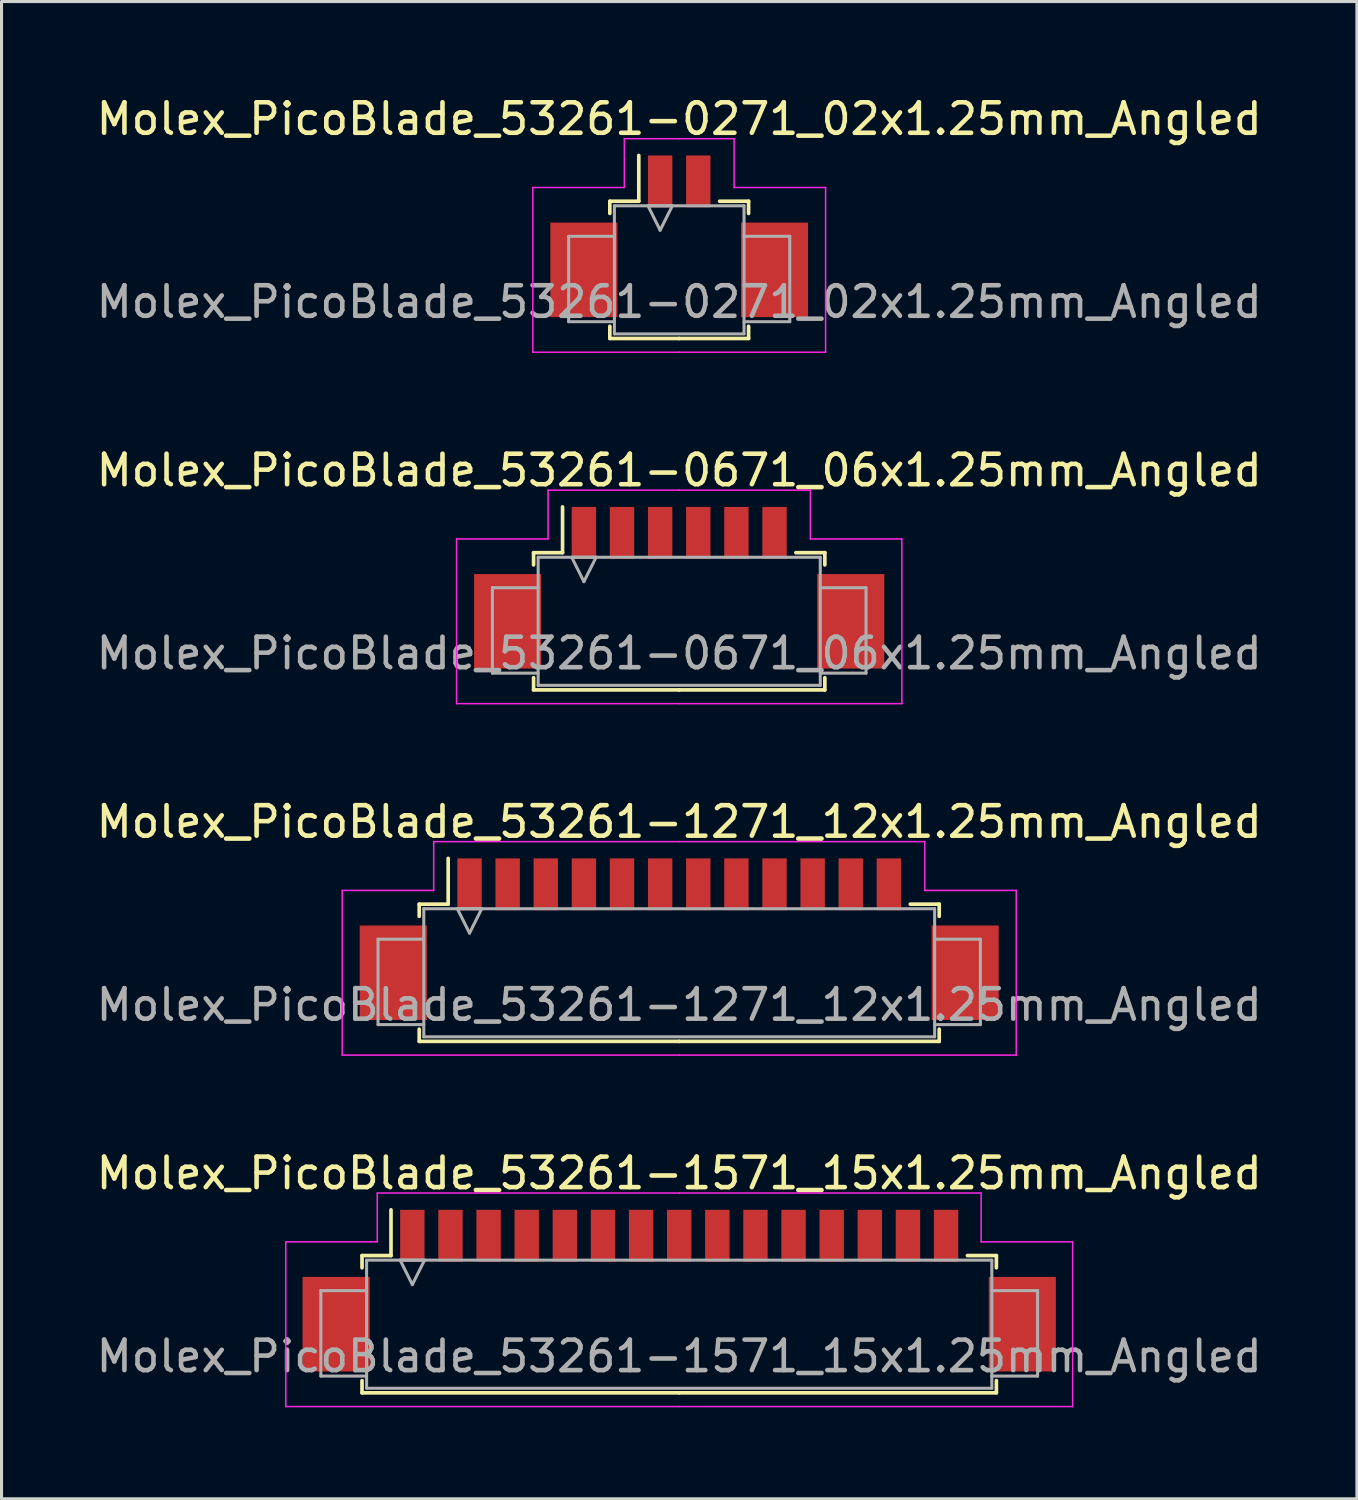
<source format=kicad_pcb>
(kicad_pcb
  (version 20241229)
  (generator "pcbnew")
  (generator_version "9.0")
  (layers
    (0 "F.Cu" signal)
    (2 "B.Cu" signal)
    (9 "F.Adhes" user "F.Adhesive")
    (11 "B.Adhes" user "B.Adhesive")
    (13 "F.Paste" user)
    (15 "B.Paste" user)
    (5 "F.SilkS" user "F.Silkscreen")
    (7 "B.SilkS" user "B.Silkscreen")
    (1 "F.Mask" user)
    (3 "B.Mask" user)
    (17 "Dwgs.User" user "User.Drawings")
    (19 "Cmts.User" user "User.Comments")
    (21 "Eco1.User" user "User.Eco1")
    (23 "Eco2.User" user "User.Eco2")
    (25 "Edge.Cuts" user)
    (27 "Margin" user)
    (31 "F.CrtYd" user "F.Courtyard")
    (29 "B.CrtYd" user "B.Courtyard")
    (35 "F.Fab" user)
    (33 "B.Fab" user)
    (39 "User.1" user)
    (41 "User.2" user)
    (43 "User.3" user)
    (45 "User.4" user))
  (footprint "Molex_PicoBlade_53261-0271_02x1.25mm_Angled"
    (layer "F.Cu")
    (at 19.22 4.348)
    (property "Reference" "Molex_PicoBlade_53261-0271_02x1.25mm_Angled" (at 0 -3.5 0) (layer "F.SilkS") (effects (font (size 1 1) (thickness 0.15))))
    (attr smd)
    (fp_line (start -2.275 -0.8) (end -2.275 -0.4) (stroke (width 0.12) (type solid)) (layer "F.SilkS"))
    (fp_line (start -2.275 3.3) (end -2.275 3.7) (stroke (width 0.12) (type solid)) (layer "F.SilkS"))
    (fp_line (start -2.275 3.7) (end 0 3.7) (stroke (width 0.12) (type solid)) (layer "F.SilkS"))
    (fp_line (start -1.325 -0.8) (end -2.275 -0.8) (stroke (width 0.12) (type solid)) (layer "F.SilkS"))
    (fp_line (start -1.325 -0.8) (end -1.325 -2.3) (stroke (width 0.12) (type solid)) (layer "F.SilkS"))
    (fp_line (start 1.325 -0.8) (end 2.275 -0.8) (stroke (width 0.12) (type solid)) (layer "F.SilkS"))
    (fp_line (start 2.275 -0.8) (end 2.275 -0.4) (stroke (width 0.12) (type solid)) (layer "F.SilkS"))
    (fp_line (start 2.275 3.3) (end 2.275 3.7) (stroke (width 0.12) (type solid)) (layer "F.SilkS"))
    (fp_line (start 2.275 3.7) (end 0 3.7) (stroke (width 0.12) (type solid)) (layer "F.SilkS"))
    (fp_line (start -4.8 -1.25) (end -4.8 4.15) (stroke (width 0.05) (type solid)) (layer "F.CrtYd"))
    (fp_line (start -4.8 4.15) (end 0 4.15) (stroke (width 0.05) (type solid)) (layer "F.CrtYd"))
    (fp_line (start -1.8 -2.85) (end -1.8 -1.25) (stroke (width 0.05) (type solid)) (layer "F.CrtYd"))
    (fp_line (start -1.8 -1.25) (end -4.8 -1.25) (stroke (width 0.05) (type solid)) (layer "F.CrtYd"))
    (fp_line (start 0 -2.85) (end -1.8 -2.85) (stroke (width 0.05) (type solid)) (layer "F.CrtYd"))
    (fp_line (start 0 -2.85) (end 1.8 -2.85) (stroke (width 0.05) (type solid)) (layer "F.CrtYd"))
    (fp_line (start 1.8 -2.85) (end 1.8 -1.25) (stroke (width 0.05) (type solid)) (layer "F.CrtYd"))
    (fp_line (start 1.8 -1.25) (end 4.8 -1.25) (stroke (width 0.05) (type solid)) (layer "F.CrtYd"))
    (fp_line (start 4.8 -1.25) (end 4.8 4.15) (stroke (width 0.05) (type solid)) (layer "F.CrtYd"))
    (fp_line (start 4.8 4.15) (end 0 4.15) (stroke (width 0.05) (type solid)) (layer "F.CrtYd"))
    (fp_line (start -3.625 0.35) (end -3.625 3.15) (stroke (width 0.1) (type solid)) (layer "F.Fab"))
    (fp_line (start -3.625 3.15) (end -2.125 3.15) (stroke (width 0.1) (type solid)) (layer "F.Fab"))
    (fp_line (start -2.125 -0.65) (end 2.125 -0.65) (stroke (width 0.1) (type solid)) (layer "F.Fab"))
    (fp_line (start -2.125 0.35) (end -3.625 0.35) (stroke (width 0.1) (type solid)) (layer "F.Fab"))
    (fp_line (start -2.125 3.55) (end -2.125 -0.65) (stroke (width 0.1) (type solid)) (layer "F.Fab"))
    (fp_line (start -1.025 -0.65) (end -0.625 0.15) (stroke (width 0.1) (type solid)) (layer "F.Fab"))
    (fp_line (start -0.625 0.15) (end -0.225 -0.65) (stroke (width 0.1) (type solid)) (layer "F.Fab"))
    (fp_line (start -0.225 -0.65) (end -1.025 -0.65) (stroke (width 0.1) (type solid)) (layer "F.Fab"))
    (fp_line (start 2.125 -0.65) (end 2.125 3.55) (stroke (width 0.1) (type solid)) (layer "F.Fab"))
    (fp_line (start 2.125 0.35) (end 3.625 0.35) (stroke (width 0.1) (type solid)) (layer "F.Fab"))
    (fp_line (start 2.125 3.55) (end -2.125 3.55) (stroke (width 0.1) (type solid)) (layer "F.Fab"))
    (fp_line (start 3.625 0.35) (end 3.625 3.15) (stroke (width 0.1) (type solid)) (layer "F.Fab"))
    (fp_line (start 3.625 3.15) (end 2.125 3.15) (stroke (width 0.1) (type solid)) (layer "F.Fab"))
    (fp_text user "${REFERENCE}" (at 0 2.5 0) (layer "F.Fab") (effects (font (size 1 1) (thickness 0.15))))
    (pad "" smd rect (at -3.125 1.45) (size 2.2 3.1) (layers "F.Cu" "F.Mask" "F.Paste"))
    (pad "" smd rect (at 3.125 1.45) (size 2.2 3.1) (layers "F.Cu" "F.Mask" "F.Paste"))
    (pad "1" smd rect (at -0.625 -1.45) (size 0.8 1.7) (layers "F.Cu" "F.Mask" "F.Paste"))
    (pad "2" smd rect (at 0.625 -1.45) (size 0.8 1.7) (layers "F.Cu" "F.Mask" "F.Paste")))
  (footprint "Molex_PicoBlade_53261-1571_15x1.25mm_Angled"
    (layer "F.Cu")
    (at 19.22 38.918)
    (property "Reference" "Molex_PicoBlade_53261-1571_15x1.25mm_Angled" (at 0 -3.5 0) (layer "F.SilkS") (effects (font (size 1 1) (thickness 0.15))))
    (attr smd)
    (fp_line (start -10.4 -0.8) (end -10.4 -0.4) (stroke (width 0.12) (type solid)) (layer "F.SilkS"))
    (fp_line (start -10.4 3.3) (end -10.4 3.7) (stroke (width 0.12) (type solid)) (layer "F.SilkS"))
    (fp_line (start -10.4 3.7) (end 0 3.7) (stroke (width 0.12) (type solid)) (layer "F.SilkS"))
    (fp_line (start -9.45 -0.8) (end -10.4 -0.8) (stroke (width 0.12) (type solid)) (layer "F.SilkS"))
    (fp_line (start -9.45 -0.8) (end -9.45 -2.3) (stroke (width 0.12) (type solid)) (layer "F.SilkS"))
    (fp_line (start 9.45 -0.8) (end 10.4 -0.8) (stroke (width 0.12) (type solid)) (layer "F.SilkS"))
    (fp_line (start 10.4 -0.8) (end 10.4 -0.4) (stroke (width 0.12) (type solid)) (layer "F.SilkS"))
    (fp_line (start 10.4 3.3) (end 10.4 3.7) (stroke (width 0.12) (type solid)) (layer "F.SilkS"))
    (fp_line (start 10.4 3.7) (end 0 3.7) (stroke (width 0.12) (type solid)) (layer "F.SilkS"))
    (fp_line (start -12.9 -1.25) (end -12.9 4.15) (stroke (width 0.05) (type solid)) (layer "F.CrtYd"))
    (fp_line (start -12.9 4.15) (end 0 4.15) (stroke (width 0.05) (type solid)) (layer "F.CrtYd"))
    (fp_line (start -9.9 -2.85) (end -9.9 -1.25) (stroke (width 0.05) (type solid)) (layer "F.CrtYd"))
    (fp_line (start -9.9 -1.25) (end -12.9 -1.25) (stroke (width 0.05) (type solid)) (layer "F.CrtYd"))
    (fp_line (start 0 -2.85) (end -9.9 -2.85) (stroke (width 0.05) (type solid)) (layer "F.CrtYd"))
    (fp_line (start 0 -2.85) (end 9.9 -2.85) (stroke (width 0.05) (type solid)) (layer "F.CrtYd"))
    (fp_line (start 9.9 -2.85) (end 9.9 -1.25) (stroke (width 0.05) (type solid)) (layer "F.CrtYd"))
    (fp_line (start 9.9 -1.25) (end 12.9 -1.25) (stroke (width 0.05) (type solid)) (layer "F.CrtYd"))
    (fp_line (start 12.9 -1.25) (end 12.9 4.15) (stroke (width 0.05) (type solid)) (layer "F.CrtYd"))
    (fp_line (start 12.9 4.15) (end 0 4.15) (stroke (width 0.05) (type solid)) (layer "F.CrtYd"))
    (fp_line (start -11.75 0.35) (end -11.75 3.15) (stroke (width 0.1) (type solid)) (layer "F.Fab"))
    (fp_line (start -11.75 3.15) (end -10.25 3.15) (stroke (width 0.1) (type solid)) (layer "F.Fab"))
    (fp_line (start -10.25 -0.65) (end 10.25 -0.65) (stroke (width 0.1) (type solid)) (layer "F.Fab"))
    (fp_line (start -10.25 0.35) (end -11.75 0.35) (stroke (width 0.1) (type solid)) (layer "F.Fab"))
    (fp_line (start -10.25 3.55) (end -10.25 -0.65) (stroke (width 0.1) (type solid)) (layer "F.Fab"))
    (fp_line (start -9.15 -0.65) (end -8.75 0.15) (stroke (width 0.1) (type solid)) (layer "F.Fab"))
    (fp_line (start -8.75 0.15) (end -8.35 -0.65) (stroke (width 0.1) (type solid)) (layer "F.Fab"))
    (fp_line (start -8.35 -0.65) (end -9.15 -0.65) (stroke (width 0.1) (type solid)) (layer "F.Fab"))
    (fp_line (start 10.25 -0.65) (end 10.25 3.55) (stroke (width 0.1) (type solid)) (layer "F.Fab"))
    (fp_line (start 10.25 0.35) (end 11.75 0.35) (stroke (width 0.1) (type solid)) (layer "F.Fab"))
    (fp_line (start 10.25 3.55) (end -10.25 3.55) (stroke (width 0.1) (type solid)) (layer "F.Fab"))
    (fp_line (start 11.75 0.35) (end 11.75 3.15) (stroke (width 0.1) (type solid)) (layer "F.Fab"))
    (fp_line (start 11.75 3.15) (end 10.25 3.15) (stroke (width 0.1) (type solid)) (layer "F.Fab"))
    (fp_text user "${REFERENCE}" (at 0 2.5 0) (layer "F.Fab") (effects (font (size 1 1) (thickness 0.15))))
    (pad "" smd rect (at -11.25 1.45) (size 2.2 3.1) (layers "F.Cu" "F.Mask" "F.Paste"))
    (pad "" smd rect (at 11.25 1.45) (size 2.2 3.1) (layers "F.Cu" "F.Mask" "F.Paste"))
    (pad "1" smd rect (at -8.75 -1.45) (size 0.8 1.7) (layers "F.Cu" "F.Mask" "F.Paste"))
    (pad "2" smd rect (at -7.5 -1.45) (size 0.8 1.7) (layers "F.Cu" "F.Mask" "F.Paste"))
    (pad "3" smd rect (at -6.25 -1.45) (size 0.8 1.7) (layers "F.Cu" "F.Mask" "F.Paste"))
    (pad "4" smd rect (at -5 -1.45) (size 0.8 1.7) (layers "F.Cu" "F.Mask" "F.Paste"))
    (pad "5" smd rect (at -3.75 -1.45) (size 0.8 1.7) (layers "F.Cu" "F.Mask" "F.Paste"))
    (pad "6" smd rect (at -2.5 -1.45) (size 0.8 1.7) (layers "F.Cu" "F.Mask" "F.Paste"))
    (pad "7" smd rect (at -1.25 -1.45) (size 0.8 1.7) (layers "F.Cu" "F.Mask" "F.Paste"))
    (pad "8" smd rect (at 0 -1.45) (size 0.8 1.7) (layers "F.Cu" "F.Mask" "F.Paste"))
    (pad "9" smd rect (at 1.25 -1.45) (size 0.8 1.7) (layers "F.Cu" "F.Mask" "F.Paste"))
    (pad "10" smd rect (at 2.5 -1.45) (size 0.8 1.7) (layers "F.Cu" "F.Mask" "F.Paste"))
    (pad "11" smd rect (at 3.75 -1.45) (size 0.8 1.7) (layers "F.Cu" "F.Mask" "F.Paste"))
    (pad "12" smd rect (at 5 -1.45) (size 0.8 1.7) (layers "F.Cu" "F.Mask" "F.Paste"))
    (pad "13" smd rect (at 6.25 -1.45) (size 0.8 1.7) (layers "F.Cu" "F.Mask" "F.Paste"))
    (pad "14" smd rect (at 7.5 -1.45) (size 0.8 1.7) (layers "F.Cu" "F.Mask" "F.Paste"))
    (pad "15" smd rect (at 8.75 -1.45) (size 0.8 1.7) (layers "F.Cu" "F.Mask" "F.Paste")))
  (footprint "Molex_PicoBlade_53261-1271_12x1.25mm_Angled"
    (layer "F.Cu")
    (at 19.22 27.395)
    (property "Reference" "Molex_PicoBlade_53261-1271_12x1.25mm_Angled" (at 0 -3.5 0) (layer "F.SilkS") (effects (font (size 1 1) (thickness 0.15))))
    (attr smd)
    (fp_line (start -8.525 -0.8) (end -8.525 -0.4) (stroke (width 0.12) (type solid)) (layer "F.SilkS"))
    (fp_line (start -8.525 3.3) (end -8.525 3.7) (stroke (width 0.12) (type solid)) (layer "F.SilkS"))
    (fp_line (start -8.525 3.7) (end 0 3.7) (stroke (width 0.12) (type solid)) (layer "F.SilkS"))
    (fp_line (start -7.575 -0.8) (end -8.525 -0.8) (stroke (width 0.12) (type solid)) (layer "F.SilkS"))
    (fp_line (start -7.575 -0.8) (end -7.575 -2.3) (stroke (width 0.12) (type solid)) (layer "F.SilkS"))
    (fp_line (start 7.575 -0.8) (end 8.525 -0.8) (stroke (width 0.12) (type solid)) (layer "F.SilkS"))
    (fp_line (start 8.525 -0.8) (end 8.525 -0.4) (stroke (width 0.12) (type solid)) (layer "F.SilkS"))
    (fp_line (start 8.525 3.3) (end 8.525 3.7) (stroke (width 0.12) (type solid)) (layer "F.SilkS"))
    (fp_line (start 8.525 3.7) (end 0 3.7) (stroke (width 0.12) (type solid)) (layer "F.SilkS"))
    (fp_line (start -11.05 -1.25) (end -11.05 4.15) (stroke (width 0.05) (type solid)) (layer "F.CrtYd"))
    (fp_line (start -11.05 4.15) (end 0 4.15) (stroke (width 0.05) (type solid)) (layer "F.CrtYd"))
    (fp_line (start -8.05 -2.85) (end -8.05 -1.25) (stroke (width 0.05) (type solid)) (layer "F.CrtYd"))
    (fp_line (start -8.05 -1.25) (end -11.05 -1.25) (stroke (width 0.05) (type solid)) (layer "F.CrtYd"))
    (fp_line (start 0 -2.85) (end -8.05 -2.85) (stroke (width 0.05) (type solid)) (layer "F.CrtYd"))
    (fp_line (start 0 -2.85) (end 8.05 -2.85) (stroke (width 0.05) (type solid)) (layer "F.CrtYd"))
    (fp_line (start 8.05 -2.85) (end 8.05 -1.25) (stroke (width 0.05) (type solid)) (layer "F.CrtYd"))
    (fp_line (start 8.05 -1.25) (end 11.05 -1.25) (stroke (width 0.05) (type solid)) (layer "F.CrtYd"))
    (fp_line (start 11.05 -1.25) (end 11.05 4.15) (stroke (width 0.05) (type solid)) (layer "F.CrtYd"))
    (fp_line (start 11.05 4.15) (end 0 4.15) (stroke (width 0.05) (type solid)) (layer "F.CrtYd"))
    (fp_line (start -9.875 0.35) (end -9.875 3.15) (stroke (width 0.1) (type solid)) (layer "F.Fab"))
    (fp_line (start -9.875 3.15) (end -8.375 3.15) (stroke (width 0.1) (type solid)) (layer "F.Fab"))
    (fp_line (start -8.375 -0.65) (end 8.375 -0.65) (stroke (width 0.1) (type solid)) (layer "F.Fab"))
    (fp_line (start -8.375 0.35) (end -9.875 0.35) (stroke (width 0.1) (type solid)) (layer "F.Fab"))
    (fp_line (start -8.375 3.55) (end -8.375 -0.65) (stroke (width 0.1) (type solid)) (layer "F.Fab"))
    (fp_line (start -7.275 -0.65) (end -6.875 0.15) (stroke (width 0.1) (type solid)) (layer "F.Fab"))
    (fp_line (start -6.875 0.15) (end -6.475 -0.65) (stroke (width 0.1) (type solid)) (layer "F.Fab"))
    (fp_line (start -6.475 -0.65) (end -7.275 -0.65) (stroke (width 0.1) (type solid)) (layer "F.Fab"))
    (fp_line (start 8.375 -0.65) (end 8.375 3.55) (stroke (width 0.1) (type solid)) (layer "F.Fab"))
    (fp_line (start 8.375 0.35) (end 9.875 0.35) (stroke (width 0.1) (type solid)) (layer "F.Fab"))
    (fp_line (start 8.375 3.55) (end -8.375 3.55) (stroke (width 0.1) (type solid)) (layer "F.Fab"))
    (fp_line (start 9.875 0.35) (end 9.875 3.15) (stroke (width 0.1) (type solid)) (layer "F.Fab"))
    (fp_line (start 9.875 3.15) (end 8.375 3.15) (stroke (width 0.1) (type solid)) (layer "F.Fab"))
    (fp_text user "${REFERENCE}" (at 0 2.5 0) (layer "F.Fab") (effects (font (size 1 1) (thickness 0.15))))
    (pad "" smd rect (at -9.375 1.45) (size 2.2 3.1) (layers "F.Cu" "F.Mask" "F.Paste"))
    (pad "" smd rect (at 9.375 1.45) (size 2.2 3.1) (layers "F.Cu" "F.Mask" "F.Paste"))
    (pad "1" smd rect (at -6.875 -1.45) (size 0.8 1.7) (layers "F.Cu" "F.Mask" "F.Paste"))
    (pad "2" smd rect (at -5.625 -1.45) (size 0.8 1.7) (layers "F.Cu" "F.Mask" "F.Paste"))
    (pad "3" smd rect (at -4.375 -1.45) (size 0.8 1.7) (layers "F.Cu" "F.Mask" "F.Paste"))
    (pad "4" smd rect (at -3.125 -1.45) (size 0.8 1.7) (layers "F.Cu" "F.Mask" "F.Paste"))
    (pad "5" smd rect (at -1.875 -1.45) (size 0.8 1.7) (layers "F.Cu" "F.Mask" "F.Paste"))
    (pad "6" smd rect (at -0.625 -1.45) (size 0.8 1.7) (layers "F.Cu" "F.Mask" "F.Paste"))
    (pad "7" smd rect (at 0.625 -1.45) (size 0.8 1.7) (layers "F.Cu" "F.Mask" "F.Paste"))
    (pad "8" smd rect (at 1.875 -1.45) (size 0.8 1.7) (layers "F.Cu" "F.Mask" "F.Paste"))
    (pad "9" smd rect (at 3.125 -1.45) (size 0.8 1.7) (layers "F.Cu" "F.Mask" "F.Paste"))
    (pad "10" smd rect (at 4.375 -1.45) (size 0.8 1.7) (layers "F.Cu" "F.Mask" "F.Paste"))
    (pad "11" smd rect (at 5.625 -1.45) (size 0.8 1.7) (layers "F.Cu" "F.Mask" "F.Paste"))
    (pad "12" smd rect (at 6.875 -1.45) (size 0.8 1.7) (layers "F.Cu" "F.Mask" "F.Paste")))
  (footprint "Molex_PicoBlade_53261-0671_06x1.25mm_Angled"
    (layer "F.Cu")
    (at 19.22 15.871)
    (property "Reference" "Molex_PicoBlade_53261-0671_06x1.25mm_Angled" (at 0 -3.5 0) (layer "F.SilkS") (effects (font (size 1 1) (thickness 0.15))))
    (attr smd)
    (fp_line (start -4.775 -0.8) (end -4.775 -0.4) (stroke (width 0.12) (type solid)) (layer "F.SilkS"))
    (fp_line (start -4.775 3.3) (end -4.775 3.7) (stroke (width 0.12) (type solid)) (layer "F.SilkS"))
    (fp_line (start -4.775 3.7) (end 0 3.7) (stroke (width 0.12) (type solid)) (layer "F.SilkS"))
    (fp_line (start -3.825 -0.8) (end -4.775 -0.8) (stroke (width 0.12) (type solid)) (layer "F.SilkS"))
    (fp_line (start -3.825 -0.8) (end -3.825 -2.3) (stroke (width 0.12) (type solid)) (layer "F.SilkS"))
    (fp_line (start 3.825 -0.8) (end 4.775 -0.8) (stroke (width 0.12) (type solid)) (layer "F.SilkS"))
    (fp_line (start 4.775 -0.8) (end 4.775 -0.4) (stroke (width 0.12) (type solid)) (layer "F.SilkS"))
    (fp_line (start 4.775 3.3) (end 4.775 3.7) (stroke (width 0.12) (type solid)) (layer "F.SilkS"))
    (fp_line (start 4.775 3.7) (end 0 3.7) (stroke (width 0.12) (type solid)) (layer "F.SilkS"))
    (fp_line (start -7.3 -1.25) (end -7.3 4.15) (stroke (width 0.05) (type solid)) (layer "F.CrtYd"))
    (fp_line (start -7.3 4.15) (end 0 4.15) (stroke (width 0.05) (type solid)) (layer "F.CrtYd"))
    (fp_line (start -4.3 -2.85) (end -4.3 -1.25) (stroke (width 0.05) (type solid)) (layer "F.CrtYd"))
    (fp_line (start -4.3 -1.25) (end -7.3 -1.25) (stroke (width 0.05) (type solid)) (layer "F.CrtYd"))
    (fp_line (start 0 -2.85) (end -4.3 -2.85) (stroke (width 0.05) (type solid)) (layer "F.CrtYd"))
    (fp_line (start 0 -2.85) (end 4.3 -2.85) (stroke (width 0.05) (type solid)) (layer "F.CrtYd"))
    (fp_line (start 4.3 -2.85) (end 4.3 -1.25) (stroke (width 0.05) (type solid)) (layer "F.CrtYd"))
    (fp_line (start 4.3 -1.25) (end 7.3 -1.25) (stroke (width 0.05) (type solid)) (layer "F.CrtYd"))
    (fp_line (start 7.3 -1.25) (end 7.3 4.15) (stroke (width 0.05) (type solid)) (layer "F.CrtYd"))
    (fp_line (start 7.3 4.15) (end 0 4.15) (stroke (width 0.05) (type solid)) (layer "F.CrtYd"))
    (fp_line (start -6.125 0.35) (end -6.125 3.15) (stroke (width 0.1) (type solid)) (layer "F.Fab"))
    (fp_line (start -6.125 3.15) (end -4.625 3.15) (stroke (width 0.1) (type solid)) (layer "F.Fab"))
    (fp_line (start -4.625 -0.65) (end 4.625 -0.65) (stroke (width 0.1) (type solid)) (layer "F.Fab"))
    (fp_line (start -4.625 0.35) (end -6.125 0.35) (stroke (width 0.1) (type solid)) (layer "F.Fab"))
    (fp_line (start -4.625 3.55) (end -4.625 -0.65) (stroke (width 0.1) (type solid)) (layer "F.Fab"))
    (fp_line (start -3.525 -0.65) (end -3.125 0.15) (stroke (width 0.1) (type solid)) (layer "F.Fab"))
    (fp_line (start -3.125 0.15) (end -2.725 -0.65) (stroke (width 0.1) (type solid)) (layer "F.Fab"))
    (fp_line (start -2.725 -0.65) (end -3.525 -0.65) (stroke (width 0.1) (type solid)) (layer "F.Fab"))
    (fp_line (start 4.625 -0.65) (end 4.625 3.55) (stroke (width 0.1) (type solid)) (layer "F.Fab"))
    (fp_line (start 4.625 0.35) (end 6.125 0.35) (stroke (width 0.1) (type solid)) (layer "F.Fab"))
    (fp_line (start 4.625 3.55) (end -4.625 3.55) (stroke (width 0.1) (type solid)) (layer "F.Fab"))
    (fp_line (start 6.125 0.35) (end 6.125 3.15) (stroke (width 0.1) (type solid)) (layer "F.Fab"))
    (fp_line (start 6.125 3.15) (end 4.625 3.15) (stroke (width 0.1) (type solid)) (layer "F.Fab"))
    (fp_text user "${REFERENCE}" (at 0 2.5 0) (layer "F.Fab") (effects (font (size 1 1) (thickness 0.15))))
    (pad "" smd rect (at -5.625 1.45) (size 2.2 3.1) (layers "F.Cu" "F.Mask" "F.Paste"))
    (pad "" smd rect (at 5.625 1.45) (size 2.2 3.1) (layers "F.Cu" "F.Mask" "F.Paste"))
    (pad "1" smd rect (at -3.125 -1.45) (size 0.8 1.7) (layers "F.Cu" "F.Mask" "F.Paste"))
    (pad "2" smd rect (at -1.875 -1.45) (size 0.8 1.7) (layers "F.Cu" "F.Mask" "F.Paste"))
    (pad "3" smd rect (at -0.625 -1.45) (size 0.8 1.7) (layers "F.Cu" "F.Mask" "F.Paste"))
    (pad "4" smd rect (at 0.625 -1.45) (size 0.8 1.7) (layers "F.Cu" "F.Mask" "F.Paste"))
    (pad "5" smd rect (at 1.875 -1.45) (size 0.8 1.7) (layers "F.Cu" "F.Mask" "F.Paste"))
    (pad "6" smd rect (at 3.125 -1.45) (size 0.8 1.7) (layers "F.Cu" "F.Mask" "F.Paste")))
  (gr_rect
    (start -3 -3)
    (end 41.44 46.093)
    (stroke (width 0.1) (type default))
    (fill no)
    (layer "Edge.Cuts")))
</source>
